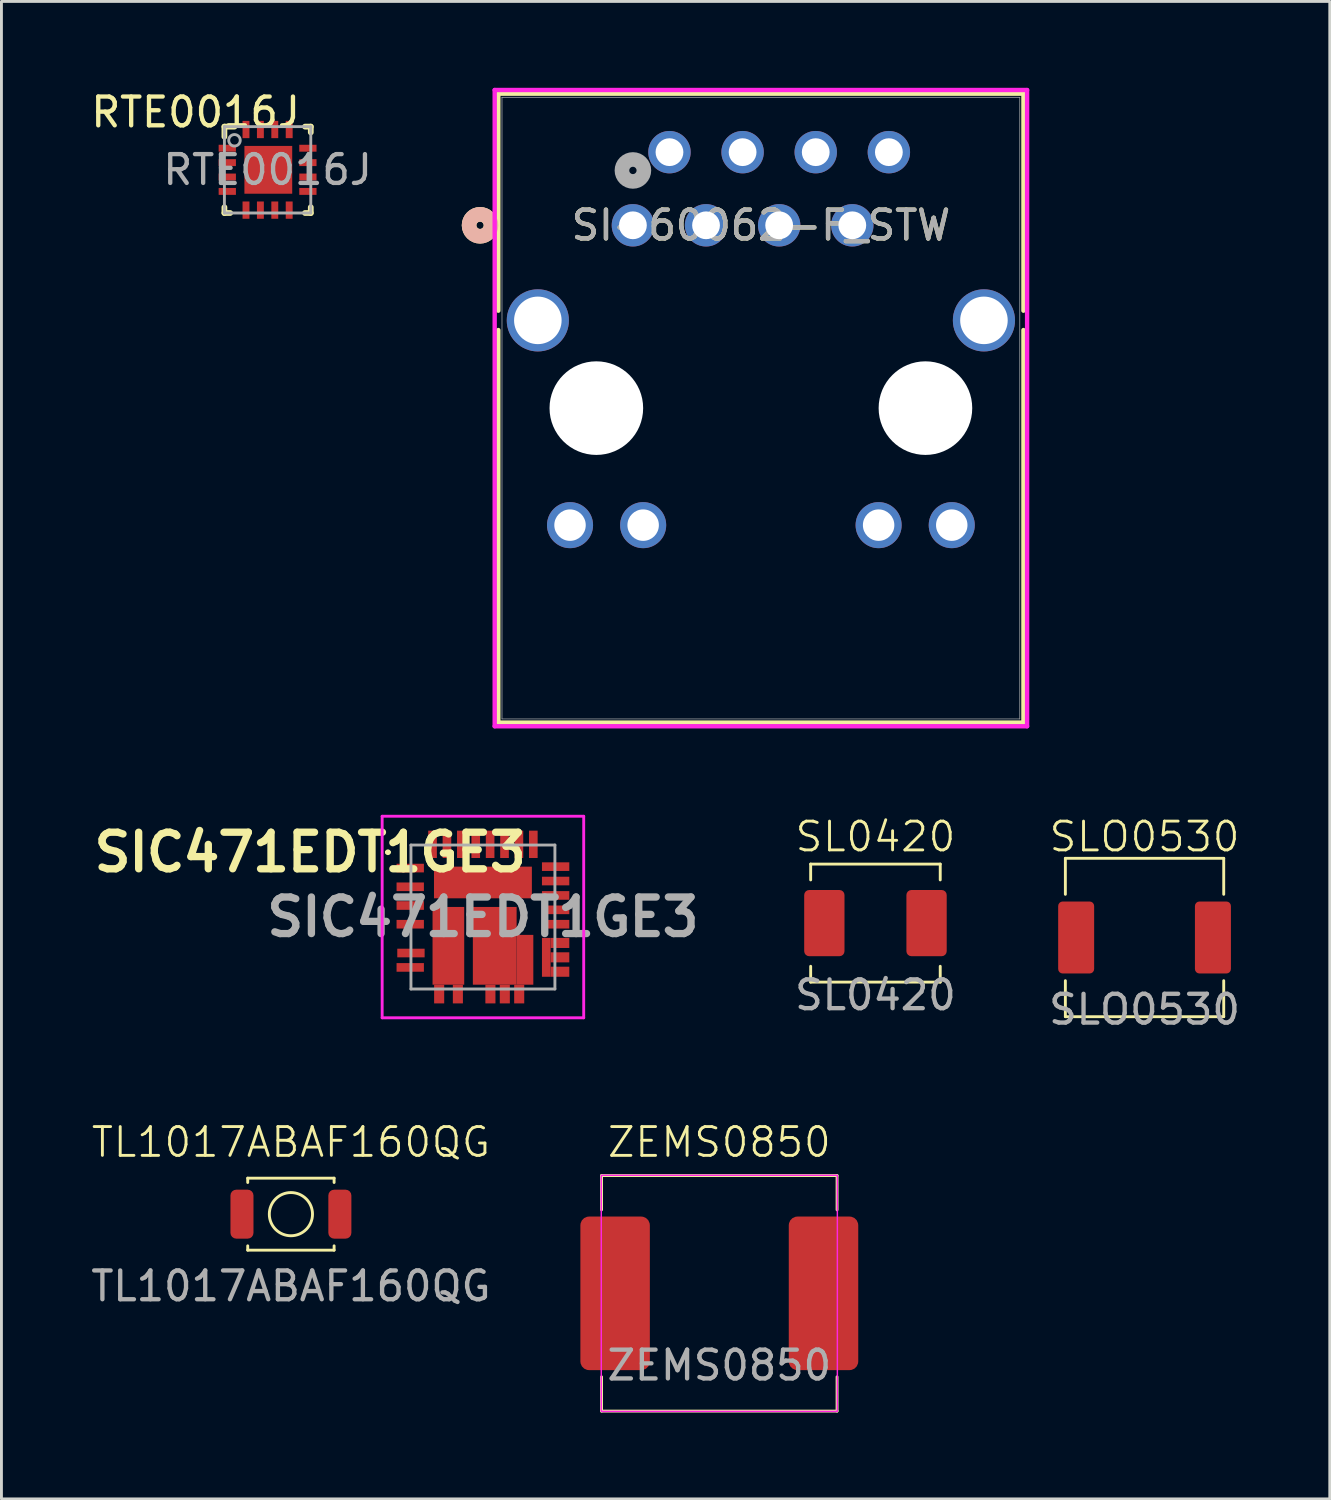
<source format=kicad_pcb>
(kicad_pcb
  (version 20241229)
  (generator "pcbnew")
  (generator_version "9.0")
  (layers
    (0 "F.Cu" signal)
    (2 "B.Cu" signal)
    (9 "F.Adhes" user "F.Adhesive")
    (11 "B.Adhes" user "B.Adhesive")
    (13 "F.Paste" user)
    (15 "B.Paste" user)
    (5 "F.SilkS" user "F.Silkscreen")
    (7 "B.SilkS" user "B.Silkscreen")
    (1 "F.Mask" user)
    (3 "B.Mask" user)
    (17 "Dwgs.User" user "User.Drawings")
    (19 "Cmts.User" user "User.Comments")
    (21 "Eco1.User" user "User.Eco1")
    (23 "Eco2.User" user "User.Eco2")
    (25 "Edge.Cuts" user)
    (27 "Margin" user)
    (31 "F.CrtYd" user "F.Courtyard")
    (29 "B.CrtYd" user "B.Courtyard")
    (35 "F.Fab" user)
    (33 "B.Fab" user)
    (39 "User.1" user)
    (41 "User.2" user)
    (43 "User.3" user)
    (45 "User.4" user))
  (footprint "SIC471EDT1GE3"
    (layer "F.Cu")
    (at 13.723 28.8)
    (property "Reference" "SIC471EDT1GE3" (at -6 -2.25 180) (layer "F.SilkS") (effects (font (size 1.27 1.27) (thickness 0.254))))
    (attr smd)
    (fp_line (start -3.35 -2.25) (end -3.35 -2.25) (stroke (width 0.1) (type solid)) (layer "F.SilkS"))
    (fp_line (start -3.25 -2.25) (end -3.25 -2.25) (stroke (width 0.1) (type solid)) (layer "F.SilkS"))
    (fp_arc (start -3.35 -2.25) (mid -3.3 -2.3) (end -3.25 -2.25) (stroke (width 0.1) (type solid)) (layer "F.SilkS"))
    (fp_arc (start -3.25 -2.25) (mid -3.3 -2.2) (end -3.35 -2.25) (stroke (width 0.1) (type solid)) (layer "F.SilkS"))
    (fp_line (start -3.5 -3.5) (end 3.5 -3.5) (stroke (width 0.1) (type solid)) (layer "F.CrtYd"))
    (fp_line (start -3.5 3.5) (end -3.5 -3.5) (stroke (width 0.1) (type solid)) (layer "F.CrtYd"))
    (fp_line (start 3.5 -3.5) (end 3.5 3.5) (stroke (width 0.1) (type solid)) (layer "F.CrtYd"))
    (fp_line (start 3.5 3.5) (end -3.5 3.5) (stroke (width 0.1) (type solid)) (layer "F.CrtYd"))
    (fp_line (start -2.5 -2.5) (end 2.5 -2.5) (stroke (width 0.1) (type solid)) (layer "F.Fab"))
    (fp_line (start -2.5 2.5) (end -2.5 -2.5) (stroke (width 0.1) (type solid)) (layer "F.Fab"))
    (fp_line (start 2.5 -2.5) (end 2.5 2.5) (stroke (width 0.1) (type solid)) (layer "F.Fab"))
    (fp_line (start 2.5 2.5) (end -2.5 2.5) (stroke (width 0.1) (type solid)) (layer "F.Fab"))
    (fp_text user "${REFERENCE}" (at 0 0 0) (layer "F.Fab") (effects (font (size 1.27 1.27) (thickness 0.254))))
    (pad "1" smd rect (at -2.525 -1.7 90) (size 0.3 0.95) (layers "F.Cu" "F.Mask" "F.Paste"))
    (pad "2" smd rect (at -2.525 -1.05 90) (size 0.3 0.95) (layers "F.Cu" "F.Mask" "F.Paste"))
    (pad "3" smd rect (at -2.525 -0.4 90) (size 0.3 0.95) (layers "F.Cu" "F.Mask" "F.Paste"))
    (pad "4" smd rect (at -2.525 0.25 90) (size 0.3 0.95) (layers "F.Cu" "F.Mask" "F.Paste"))
    (pad "5" smd rect (at -2.5 1.25 90) (size 0.3 0.95) (layers "F.Cu" "F.Mask" "F.Paste"))
    (pad "6" smd rect (at -2.525 1.75 90) (size 0.3 0.95) (layers "F.Cu" "F.Mask" "F.Paste"))
    (pad "7" smd rect (at -1.52 2.675) (size 0.35 0.65) (layers "F.Cu" "F.Mask" "F.Paste"))
    (pad "8" smd rect (at -0.87 2.675) (size 0.35 0.65) (layers "F.Cu" "F.Mask" "F.Paste"))
    (pad "9" smd rect (at 0.26 2.675) (size 0.35 0.65) (layers "F.Cu" "F.Mask" "F.Paste"))
    (pad "10" smd rect (at 0.76 2.675) (size 0.35 0.65) (layers "F.Cu" "F.Mask" "F.Paste"))
    (pad "11" smd rect (at 1.26 2.675) (size 0.35 0.65) (layers "F.Cu" "F.Mask" "F.Paste"))
    (pad "12" smd rect (at 2.675 1.9 90) (size 0.35 0.65) (layers "F.Cu" "F.Mask" "F.Paste"))
    (pad "13" smd rect (at 2.675 1.4 90) (size 0.35 0.65) (layers "F.Cu" "F.Mask" "F.Paste"))
    (pad "14" smd rect (at 2.675 0.9 90) (size 0.35 0.65) (layers "F.Cu" "F.Mask" "F.Paste"))
    (pad "15" smd rect (at 2.525 0.25 90) (size 0.3 0.95) (layers "F.Cu" "F.Mask" "F.Paste"))
    (pad "16" smd rect (at 2.525 -0.25 90) (size 0.3 0.95) (layers "F.Cu" "F.Mask" "F.Paste"))
    (pad "17" smd rect (at 2.525 -0.75 90) (size 0.3 0.95) (layers "F.Cu" "F.Mask" "F.Paste"))
    (pad "18" smd rect (at 2.525 -1.25 90) (size 0.3 0.95) (layers "F.Cu" "F.Mask" "F.Paste"))
    (pad "19" smd rect (at 2.525 -1.75 90) (size 0.3 0.95) (layers "F.Cu" "F.Mask" "F.Paste"))
    (pad "20" smd rect (at 1.75 -2.525) (size 0.3 0.95) (layers "F.Cu" "F.Mask" "F.Paste"))
    (pad "21" smd rect (at 1.25 -2.525) (size 0.3 0.95) (layers "F.Cu" "F.Mask" "F.Paste"))
    (pad "22" smd rect (at 0.75 -2.525) (size 0.3 0.95) (layers "F.Cu" "F.Mask" "F.Paste"))
    (pad "23" smd rect (at 0.25 -2.525) (size 0.3 0.95) (layers "F.Cu" "F.Mask" "F.Paste"))
    (pad "24" smd rect (at -0.25 -2.525) (size 0.3 0.95) (layers "F.Cu" "F.Mask" "F.Paste"))
    (pad "25" smd rect (at -0.75 -2.525) (size 0.3 0.95) (layers "F.Cu" "F.Mask" "F.Paste"))
    (pad "26" smd rect (at -1.25 -2.525) (size 0.3 0.95) (layers "F.Cu" "F.Mask" "F.Paste"))
    (pad "27" smd rect (at -1.75 -2.525) (size 0.3 0.95) (layers "F.Cu" "F.Mask" "F.Paste"))
    (pad "28" smd rect (at 0 -1.2 90) (size 1.1 3.4) (layers "F.Cu" "F.Mask" "F.Paste"))
    (pad "29" smd rect (at -1.2 1) (size 1.1 2.7) (layers "F.Cu" "F.Mask" "F.Paste"))
    (pad "30" smd rect (at 0.41 1) (size 1.52 2.7) (layers "F.Cu" "F.Mask" "F.Paste"))
    (pad "31" smd rect (at 1.46 1.485) (size 0.58 1.73) (layers "F.Cu" "F.Mask" "F.Paste"))
    (pad "32" smd rect (at 2.2 1.4) (size 0.3 1.35) (layers "F.Cu" "F.Mask" "F.Paste")))
  (footprint "SL0420"
    (layer "F.Cu")
    (at 27.356 29.011)
    (property "Reference" "SL0420" (at 0 -3 0) (unlocked yes) (layer "F.SilkS") (effects (font (size 1 1) (thickness 0.1))))
    (attr smd)
    (fp_line (start -2.25 -2.05) (end 2.25 -2.05) (stroke (width 0.1) (type default)) (layer "F.SilkS"))
    (fp_line (start -2.25 -1.5) (end -2.25 -2.05) (stroke (width 0.1) (type default)) (layer "F.SilkS"))
    (fp_line (start -2.25 2.05) (end -2.25 1.5) (stroke (width 0.1) (type default)) (layer "F.SilkS"))
    (fp_line (start 2.25 -2.05) (end 2.25 -1.5) (stroke (width 0.1) (type default)) (layer "F.SilkS"))
    (fp_line (start 2.25 1.5) (end 2.25 2.05) (stroke (width 0.1) (type default)) (layer "F.SilkS"))
    (fp_line (start 2.25 2.05) (end -2.25 2.05) (stroke (width 0.1) (type default)) (layer "F.SilkS"))
    (fp_text user "${REFERENCE}" (at 0 2.5 0) (unlocked yes) (layer "F.Fab") (effects (font (size 1 1) (thickness 0.15))))
    (pad "1" smd roundrect (at -1.775 0) (size 1.4 2.3) (layers "F.Cu" "F.Mask" "F.Paste") (roundrect_rratio 0.125))
    (pad "2" smd roundrect (at 1.775 0) (size 1.4 2.3) (layers "F.Cu" "F.Mask" "F.Paste") (roundrect_rratio 0.125)))
  (footprint "SI-60062-F_STW"
    (layer "F.Cu")
    (at 18.932 4.775)
    (property "Reference" "SI-60062-F_STW" (at 4.445 0 0) (unlocked yes) (layer "F.SilkS") (effects (font (size 1 1) (thickness 0.15))))
    (attr through_hole)
    (fp_line (start -4.674 -4.572) (end -4.674 2.966) (stroke (width 0.152) (type solid)) (layer "F.SilkS"))
    (fp_line (start -4.674 3.638) (end -4.674 17.272) (stroke (width 0.152) (type solid)) (layer "F.SilkS"))
    (fp_line (start -4.674 17.272) (end 13.564 17.272) (stroke (width 0.152) (type solid)) (layer "F.SilkS"))
    (fp_line (start 13.564 -4.572) (end -4.674 -4.572) (stroke (width 0.152) (type solid)) (layer "F.SilkS"))
    (fp_line (start 13.564 2.966) (end 13.564 -4.572) (stroke (width 0.152) (type solid)) (layer "F.SilkS"))
    (fp_line (start 13.564 17.272) (end 13.564 3.638) (stroke (width 0.152) (type solid)) (layer "F.SilkS"))
    (fp_circle (center -5.309 0) (end -4.928 0) (stroke (width 0.508) (type solid)) (fill no) (layer "F.SilkS"))
    (fp_circle (center -5.309 0) (end -4.928 0) (stroke (width 0.508) (type solid)) (fill no) (layer "B.SilkS"))
    (fp_line (start -4.801 -4.699) (end -4.801 17.399) (stroke (width 0.152) (type solid)) (layer "F.CrtYd"))
    (fp_line (start -4.801 17.399) (end 13.691 17.399) (stroke (width 0.152) (type solid)) (layer "F.CrtYd"))
    (fp_line (start 13.691 -4.699) (end -4.801 -4.699) (stroke (width 0.152) (type solid)) (layer "F.CrtYd"))
    (fp_line (start 13.691 17.399) (end 13.691 -4.699) (stroke (width 0.152) (type solid)) (layer "F.CrtYd"))
    (fp_line (start -4.547 -4.445) (end -4.547 17.145) (stroke (width 0.025) (type solid)) (layer "F.Fab"))
    (fp_line (start -4.547 17.145) (end 13.437 17.145) (stroke (width 0.025) (type solid)) (layer "F.Fab"))
    (fp_line (start 13.437 -4.445) (end -4.547 -4.445) (stroke (width 0.025) (type solid)) (layer "F.Fab"))
    (fp_line (start 13.437 17.145) (end 13.437 -4.445) (stroke (width 0.025) (type solid)) (layer "F.Fab"))
    (fp_circle (center 0 -1.905) (end 0.381 -1.905) (stroke (width 0.508) (type solid)) (fill no) (layer "F.Fab"))
    (fp_text user "${REFERENCE}" (at 4.445 0 0) (unlocked yes) (layer "F.Fab") (effects (font (size 1 1) (thickness 0.15))))
    (pad "" np_thru_hole circle (at -1.27 6.35 90) (size 3.251 3.251) (drill 3.251) (layers "*.Cu" "*.Mask"))
    (pad "" np_thru_hole circle (at 10.16 6.35 90) (size 3.251 3.251) (drill 3.251) (layers "*.Cu" "*.Mask"))
    (pad "1" thru_hole circle (at 0 0) (size 1.473 1.473) (drill 0.965) (layers "*.Cu" "*.Mask"))
    (pad "2" thru_hole circle (at 1.27 -2.54) (size 1.473 1.473) (drill 0.965) (layers "*.Cu" "*.Mask"))
    (pad "3" thru_hole circle (at 2.54 0) (size 1.473 1.473) (drill 0.965) (layers "*.Cu" "*.Mask"))
    (pad "4" thru_hole circle (at 3.81 -2.54) (size 1.473 1.473) (drill 0.965) (layers "*.Cu" "*.Mask"))
    (pad "5" thru_hole circle (at 5.08 0) (size 1.473 1.473) (drill 0.965) (layers "*.Cu" "*.Mask"))
    (pad "6" thru_hole circle (at 6.35 -2.54) (size 1.473 1.473) (drill 0.965) (layers "*.Cu" "*.Mask"))
    (pad "7" thru_hole circle (at 7.62 0) (size 1.473 1.473) (drill 0.965) (layers "*.Cu" "*.Mask"))
    (pad "8" thru_hole circle (at 8.89 -2.54) (size 1.473 1.473) (drill 0.965) (layers "*.Cu" "*.Mask"))
    (pad "9" thru_hole circle (at -2.184 10.414) (size 1.6 1.6) (drill 1.092) (layers "*.Cu" "*.Mask"))
    (pad "10" thru_hole circle (at 0.356 10.414) (size 1.6 1.6) (drill 1.092) (layers "*.Cu" "*.Mask"))
    (pad "11" thru_hole circle (at 8.534 10.414) (size 1.6 1.6) (drill 1.092) (layers "*.Cu" "*.Mask"))
    (pad "12" thru_hole circle (at 11.074 10.414) (size 1.6 1.6) (drill 1.092) (layers "*.Cu" "*.Mask"))
    (pad "15" thru_hole circle (at -3.302 3.302 90) (size 2.159 2.159) (drill 1.651) (layers "*.Cu" "*.Mask"))
    (pad "16" thru_hole circle (at 12.192 3.302 90) (size 2.159 2.159) (drill 1.651) (layers "*.Cu" "*.Mask")))
  (footprint "ZEMS0850"
    (layer "F.Cu")
    (at 21.933 41.87)
    (property "Reference" "ZEMS0850" (at 0 -5.25 0) (unlocked yes) (layer "F.SilkS") (effects (font (size 1 1) (thickness 0.1))))
    (attr smd)
    (fp_line (start -4.09 -4.09) (end -4.09 -2.9) (stroke (width 0.1) (type default)) (layer "F.SilkS"))
    (fp_line (start -4.09 -4.09) (end 4.09 -4.09) (stroke (width 0.1) (type solid)) (layer "F.SilkS"))
    (fp_line (start -4.09 4.09) (end -4.09 2.9) (stroke (width 0.1) (type default)) (layer "F.SilkS"))
    (fp_line (start -4.09 4.09) (end 4.09 4.09) (stroke (width 0.1) (type solid)) (layer "F.SilkS"))
    (fp_line (start 4.09 -4.09) (end 4.09 -2.9) (stroke (width 0.1) (type default)) (layer "F.SilkS"))
    (fp_line (start 4.09 4.09) (end 4.09 2.9) (stroke (width 0.1) (type default)) (layer "F.SilkS"))
    (fp_rect (start -4.1 -4.1) (end 4.1 4.1) (stroke (width 0.05) (type default)) (fill no) (layer "F.CrtYd"))
    (fp_text user "${REFERENCE}" (at 0 2.5 0) (unlocked yes) (layer "F.Fab") (effects (font (size 1 1) (thickness 0.15))))
    (pad "1" smd roundrect (at -3.619 0) (size 2.413 5.334) (layers "F.Cu" "F.Mask" "F.Paste") (roundrect_rratio 0.125))
    (pad "2" smd roundrect (at 3.619 0) (size 2.413 5.334) (layers "F.Cu" "F.Mask" "F.Paste") (roundrect_rratio 0.125)))
  (footprint "SLO0530"
    (layer "F.Cu")
    (at 36.702 29.511)
    (property "Reference" "SLO0530" (at 0 -3.5 0) (unlocked yes) (layer "F.SilkS") (effects (font (size 1 1) (thickness 0.1))))
    (attr smd)
    (fp_line (start -2.75 -2.75) (end 2.75 -2.75) (stroke (width 0.1) (type default)) (layer "F.SilkS"))
    (fp_line (start -2.75 -1.5) (end -2.75 -2.75) (stroke (width 0.1) (type default)) (layer "F.SilkS"))
    (fp_line (start -2.75 2.75) (end -2.75 1.5) (stroke (width 0.1) (type default)) (layer "F.SilkS"))
    (fp_line (start -2.75 2.75) (end 2.75 2.75) (stroke (width 0.1) (type default)) (layer "F.SilkS"))
    (fp_line (start 2.75 -2.75) (end 2.75 -1.5) (stroke (width 0.1) (type default)) (layer "F.SilkS"))
    (fp_line (start 2.75 2.75) (end 2.75 1.5) (stroke (width 0.1) (type default)) (layer "F.SilkS"))
    (fp_text user "${REFERENCE}" (at 0 2.5 0) (unlocked yes) (layer "F.Fab") (effects (font (size 1 1) (thickness 0.15))))
    (pad "1" smd roundrect (at -2.375 0) (size 1.25 2.5) (layers "F.Cu" "F.Mask" "F.Paste") (roundrect_rratio 0.125))
    (pad "2" smd roundrect (at 2.375 0) (size 1.25 2.5) (layers "F.Cu" "F.Mask" "F.Paste") (roundrect_rratio 0.125)))
  (footprint "TL1017ABAF160QG"
    (layer "F.Cu")
    (at 7.054 39.12)
    (property "Reference" "TL1017ABAF160QG" (at 0 -2.5 0) (unlocked yes) (layer "F.SilkS") (effects (font (size 1 1) (thickness 0.1))))
    (attr smd)
    (fp_line (start -1.5 -1.25) (end 1.5 -1.25) (stroke (width 0.1) (type default)) (layer "F.SilkS"))
    (fp_line (start -1.5 -1.1) (end -1.5 -1.25) (stroke (width 0.1) (type default)) (layer "F.SilkS"))
    (fp_line (start -1.5 1.25) (end -1.5 1.1) (stroke (width 0.1) (type default)) (layer "F.SilkS"))
    (fp_line (start 1.5 -1.25) (end 1.5 -1.1) (stroke (width 0.1) (type default)) (layer "F.SilkS"))
    (fp_line (start 1.5 1.25) (end -1.5 1.25) (stroke (width 0.1) (type default)) (layer "F.SilkS"))
    (fp_line (start 1.5 1.25) (end 1.5 1.1) (stroke (width 0.1) (type default)) (layer "F.SilkS"))
    (fp_circle (center 0 0) (end 0.75 0) (stroke (width 0.1) (type default)) (fill no) (layer "F.SilkS"))
    (fp_text user "${REFERENCE}" (at 0 2.5 0) (unlocked yes) (layer "F.Fab") (effects (font (size 1 1) (thickness 0.15))))
    (pad "1" smd roundrect (at -1.7 0 90) (size 1.7 0.8) (layers "F.Cu" "F.Mask" "F.Paste") (roundrect_rratio 0.25))
    (pad "2" smd roundrect (at 1.7 0 90) (size 1.7 0.8) (layers "F.Cu" "F.Mask" "F.Paste") (roundrect_rratio 0.25)))
  (footprint "RTE0016J"
    (layer "F.Cu")
    (at 6.244 2.848)
    (property "Reference" "RTE0016J" (at -2.5 -2 0) (unlocked yes) (layer "F.SilkS") (effects (font (size 1 1) (thickness 0.15))))
    (attr smd)
    (fp_line (start -1.5 -1.5) (end -1.15 -1.5) (stroke (width 0.2) (type solid)) (layer "F.SilkS"))
    (fp_line (start -1.5 -1.15) (end -1.5 -1.5) (stroke (width 0.2) (type solid)) (layer "F.SilkS"))
    (fp_line (start -1.5 1.5) (end -1.5 1.3) (stroke (width 0.2) (type solid)) (layer "F.SilkS"))
    (fp_line (start -1.5 1.5) (end -1.3 1.5) (stroke (width 0.2) (type solid)) (layer "F.SilkS"))
    (fp_line (start 1.3 -1.5) (end 1.5 -1.5) (stroke (width 0.2) (type solid)) (layer "F.SilkS"))
    (fp_line (start 1.3 1.5) (end 1.5 1.5) (stroke (width 0.2) (type solid)) (layer "F.SilkS"))
    (fp_line (start 1.5 -1.3) (end 1.5 -1.5) (stroke (width 0.2) (type solid)) (layer "F.SilkS"))
    (fp_line (start 1.5 1.5) (end 1.5 1.3) (stroke (width 0.2) (type solid)) (layer "F.SilkS"))
    (fp_line (start -1.5 -1.5) (end 1.5 -1.5) (stroke (width 0.1) (type solid)) (layer "F.Fab"))
    (fp_line (start -1.5 1.5) (end -1.5 -1.5) (stroke (width 0.1) (type solid)) (layer "F.Fab"))
    (fp_line (start -1.5 1.5) (end 1.5 1.5) (stroke (width 0.1) (type solid)) (layer "F.Fab"))
    (fp_line (start 1.5 1.5) (end 1.5 -1.5) (stroke (width 0.1) (type solid)) (layer "F.Fab"))
    (fp_circle (center -1.15 -1.025) (end -0.95 -1.025) (stroke (width 0.1) (type solid)) (fill no) (layer "F.Fab"))
    (fp_text user "${REFERENCE}" (at 0 0 0) (unlocked yes) (layer "F.Fab") (effects (font (size 1 1) (thickness 0.15))))
    (pad "1" smd rect (at -1.4 -0.75) (size 0.6 0.24) (layers "F.Cu" "F.Mask" "F.Paste"))
    (pad "2" smd rect (at -1.4 -0.25) (size 0.6 0.24) (layers "F.Cu" "F.Mask" "F.Paste"))
    (pad "3" smd rect (at -1.4 0.25) (size 0.6 0.24) (layers "F.Cu" "F.Mask" "F.Paste"))
    (pad "4" smd rect (at -1.4 0.75) (size 0.6 0.24) (layers "F.Cu" "F.Mask" "F.Paste"))
    (pad "5" smd rect (at -0.75 1.4 90) (size 0.6 0.24) (layers "F.Cu" "F.Mask" "F.Paste"))
    (pad "6" smd rect (at -0.25 1.4 90) (size 0.6 0.24) (layers "F.Cu" "F.Mask" "F.Paste"))
    (pad "7" smd rect (at 0.25 1.4 90) (size 0.6 0.24) (layers "F.Cu" "F.Mask" "F.Paste"))
    (pad "8" smd rect (at 0.75 1.4 90) (size 0.6 0.24) (layers "F.Cu" "F.Mask" "F.Paste"))
    (pad "9" smd rect (at 1.4 0.75) (size 0.6 0.24) (layers "F.Cu" "F.Mask" "F.Paste"))
    (pad "10" smd rect (at 1.4 0.25) (size 0.6 0.24) (layers "F.Cu" "F.Mask" "F.Paste"))
    (pad "11" smd rect (at 1.4 -0.25) (size 0.6 0.24) (layers "F.Cu" "F.Mask" "F.Paste"))
    (pad "12" smd rect (at 1.4 -0.75) (size 0.6 0.24) (layers "F.Cu" "F.Mask" "F.Paste"))
    (pad "13" smd rect (at 0.75 -1.4 90) (size 0.6 0.24) (layers "F.Cu" "F.Mask" "F.Paste"))
    (pad "14" smd rect (at 0.25 -1.4 90) (size 0.6 0.24) (layers "F.Cu" "F.Mask" "F.Paste"))
    (pad "15" smd rect (at -0.25 -1.4 90) (size 0.6 0.24) (layers "F.Cu" "F.Mask" "F.Paste"))
    (pad "16" smd rect (at -0.75 -1.4 90) (size 0.6 0.24) (layers "F.Cu" "F.Mask" "F.Paste"))
    (pad "17" smd rect (at 0.025 0) (size 1.66 1.66) (layers "F.Cu" "F.Mask" "F.Paste")))
  (gr_rect
    (start -3 -3)
    (end 43.136 49.01)
    (stroke (width 0.1) (type default))
    (fill no)
    (layer "Edge.Cuts")))
</source>
